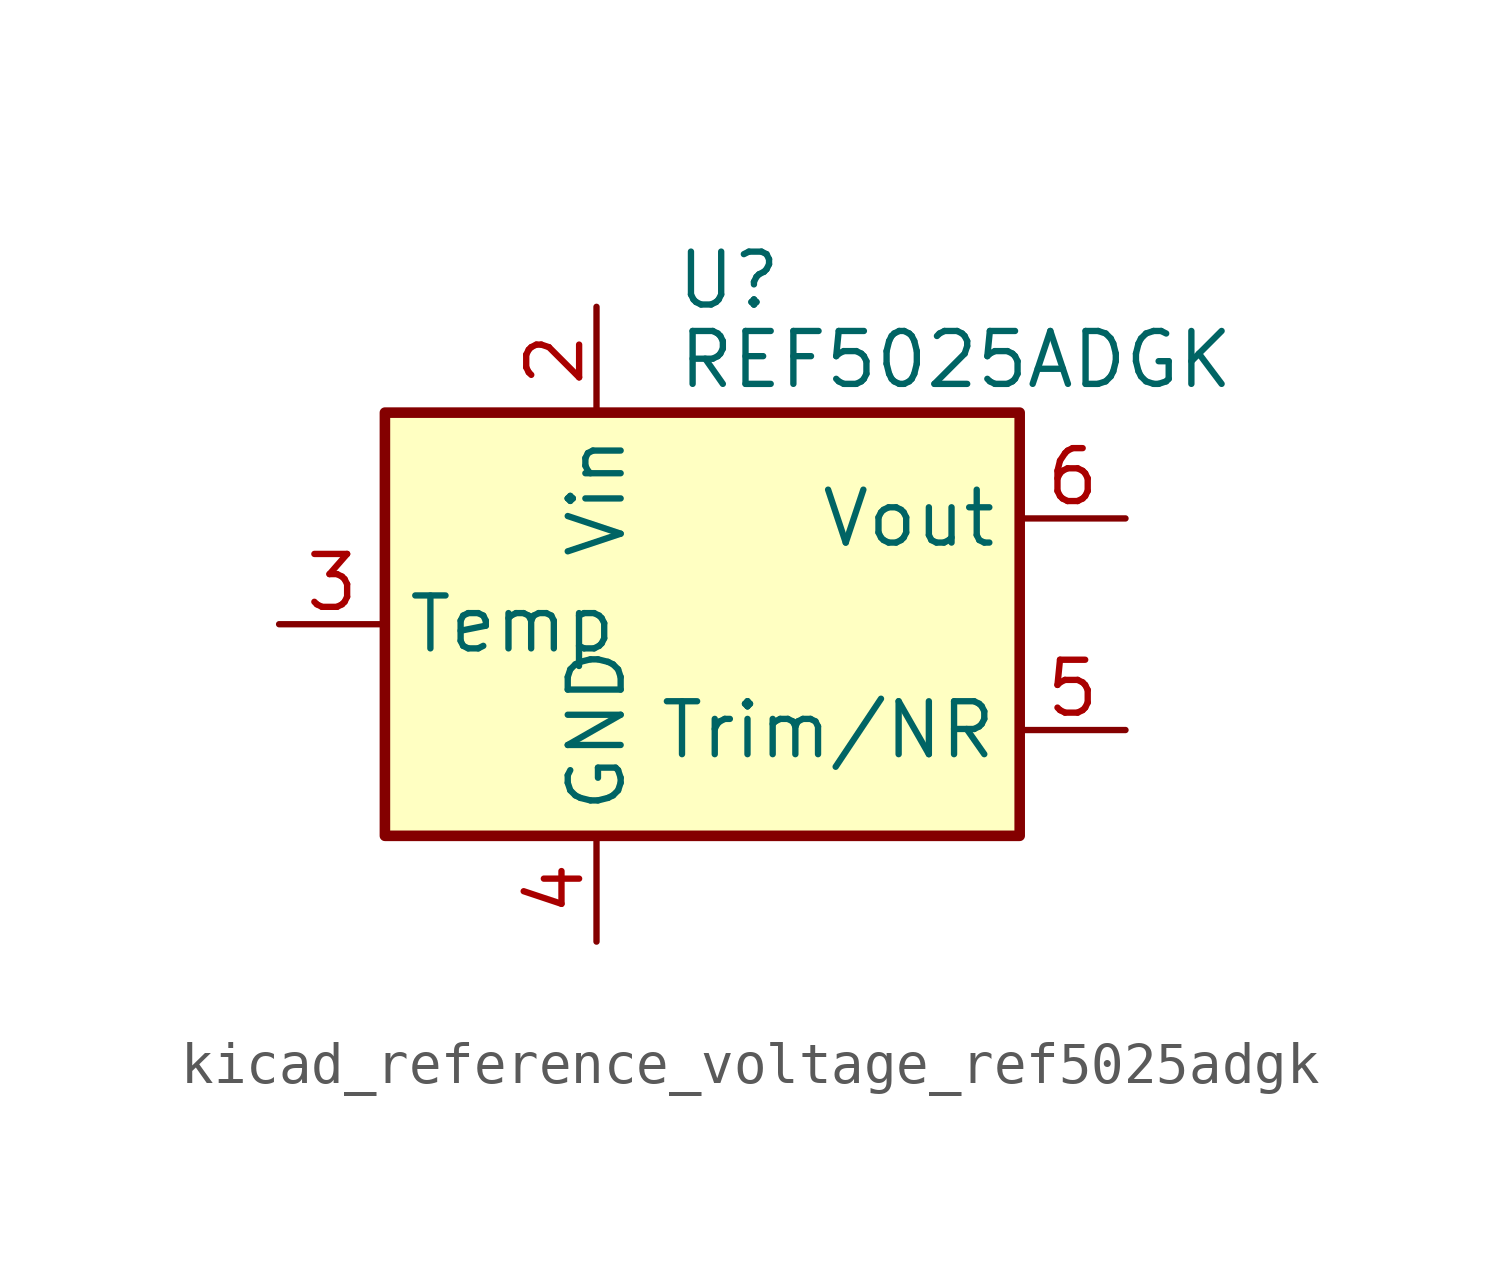
<source format=kicad_sym>
(kicad_symbol_lib
  (version 20220914)
  (generator kicad_symbol_editor)
  (symbol "kicad_reference_voltage_ref5025adgk"
    (property "Reference" "U"
      (at 0.635 8.255 0)
      (effects (font (size 1.27 1.27))))
    (property "Value" "REF5025ADGK"
      (at -0.635 6.35 0)
      (effects (font (size 1.27 1.27)) (justify left)))
    (symbol "kicad_reference_voltage_ref5025adgk_0_1"
      (rectangle (start -7.62 5.08) (end 7.62 -5.08) (stroke (width 0.254) (type default)) (fill (type background))))
    (symbol "kicad_reference_voltage_ref5025adgk_1_1"
      (pin no_connect line (at -7.62 2.54 0) (length 2.54) hide (name "DNC" (effects (font (size 1.27 1.27)))) (number "1" (effects (font (size 1.27 1.27)))))
      (pin power_in line (at -2.54 7.62 270) (length 2.54) (name "Vin" (effects (font (size 1.27 1.27)))) (number "2" (effects (font (size 1.27 1.27)))))
      (pin passive line (at -10.16 0 0) (length 2.54) (name "Temp" (effects (font (size 1.27 1.27)))) (number "3" (effects (font (size 1.27 1.27)))))
      (pin power_in line (at -2.54 -7.62 90) (length 2.54) (name "GND" (effects (font (size 1.27 1.27)))) (number "4" (effects (font (size 1.27 1.27)))))
      (pin passive line (at 10.16 -2.54 180) (length 2.54) (name "Trim/NR" (effects (font (size 1.27 1.27)))) (number "5" (effects (font (size 1.27 1.27)))))
      (pin power_out line (at 10.16 2.54 180) (length 2.54) (name "Vout" (effects (font (size 1.27 1.27)))) (number "6" (effects (font (size 1.27 1.27)))))
      (pin no_connect line (at -5.08 -5.08 90) (length 2.54) hide (name "NC" (effects (font (size 1.27 1.27)))) (number "7" (effects (font (size 1.27 1.27)))))
      (pin no_connect line (at 7.62 0 180) (length 2.54) hide (name "DNC" (effects (font (size 1.27 1.27)))) (number "8" (effects (font (size 1.27 1.27))))))))
</source>
